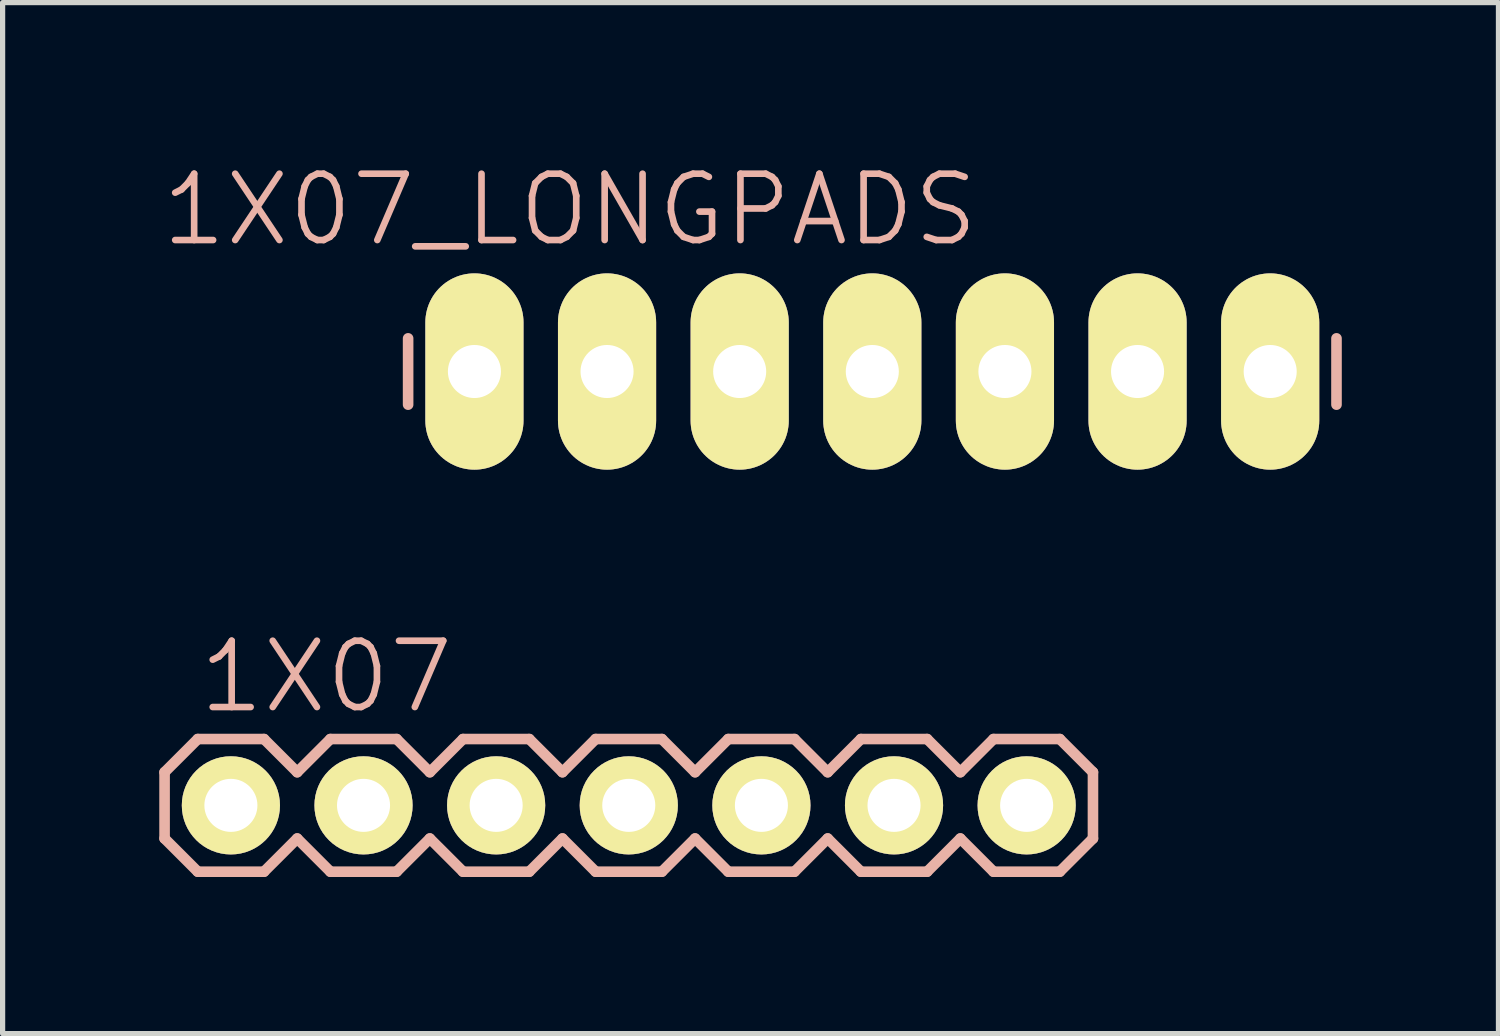
<source format=kicad_pcb>
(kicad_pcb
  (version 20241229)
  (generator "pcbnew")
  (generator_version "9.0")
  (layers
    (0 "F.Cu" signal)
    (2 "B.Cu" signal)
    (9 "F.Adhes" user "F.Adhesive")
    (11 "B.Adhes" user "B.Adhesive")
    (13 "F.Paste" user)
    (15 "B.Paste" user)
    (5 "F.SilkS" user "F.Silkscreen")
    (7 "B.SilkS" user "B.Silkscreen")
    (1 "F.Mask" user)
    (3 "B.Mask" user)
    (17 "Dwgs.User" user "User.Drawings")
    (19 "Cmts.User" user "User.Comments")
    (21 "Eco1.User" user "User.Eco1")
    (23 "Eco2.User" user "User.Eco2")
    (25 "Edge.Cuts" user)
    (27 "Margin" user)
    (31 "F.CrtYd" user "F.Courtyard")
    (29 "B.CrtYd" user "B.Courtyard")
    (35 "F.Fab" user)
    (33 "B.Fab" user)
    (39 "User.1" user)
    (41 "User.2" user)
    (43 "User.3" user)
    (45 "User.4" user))
  (footprint "1X07"
    (layer "F.Cu")
    (at 1.372 12.374)
    (property "Reference" "1X07" (at 1.829 -2.464 0) (layer "B.SilkS") (effects (font (size 1.27 1.27) (thickness 0.127))))
    (attr exclude_from_pos_files exclude_from_bom)
    (fp_line (start -0.254 -0.254) (end 0.254 -0.254) (stroke (width 0.066) (type solid)) (layer "F.SilkS"))
    (fp_line (start -0.254 0.254) (end -0.254 -0.254) (stroke (width 0.066) (type solid)) (layer "F.SilkS"))
    (fp_line (start -0.254 0.254) (end 0.254 0.254) (stroke (width 0.066) (type solid)) (layer "F.SilkS"))
    (fp_line (start 0.254 0.254) (end 0.254 -0.254) (stroke (width 0.066) (type solid)) (layer "F.SilkS"))
    (fp_line (start 2.286 -0.254) (end 2.794 -0.254) (stroke (width 0.066) (type solid)) (layer "F.SilkS"))
    (fp_line (start 2.286 0.254) (end 2.286 -0.254) (stroke (width 0.066) (type solid)) (layer "F.SilkS"))
    (fp_line (start 2.286 0.254) (end 2.794 0.254) (stroke (width 0.066) (type solid)) (layer "F.SilkS"))
    (fp_line (start 2.794 0.254) (end 2.794 -0.254) (stroke (width 0.066) (type solid)) (layer "F.SilkS"))
    (fp_line (start 4.826 -0.254) (end 5.334 -0.254) (stroke (width 0.066) (type solid)) (layer "F.SilkS"))
    (fp_line (start 4.826 0.254) (end 4.826 -0.254) (stroke (width 0.066) (type solid)) (layer "F.SilkS"))
    (fp_line (start 4.826 0.254) (end 5.334 0.254) (stroke (width 0.066) (type solid)) (layer "F.SilkS"))
    (fp_line (start 5.334 0.254) (end 5.334 -0.254) (stroke (width 0.066) (type solid)) (layer "F.SilkS"))
    (fp_line (start 7.366 -0.254) (end 7.874 -0.254) (stroke (width 0.066) (type solid)) (layer "F.SilkS"))
    (fp_line (start 7.366 0.254) (end 7.366 -0.254) (stroke (width 0.066) (type solid)) (layer "F.SilkS"))
    (fp_line (start 7.366 0.254) (end 7.874 0.254) (stroke (width 0.066) (type solid)) (layer "F.SilkS"))
    (fp_line (start 7.874 0.254) (end 7.874 -0.254) (stroke (width 0.066) (type solid)) (layer "F.SilkS"))
    (fp_line (start 9.906 -0.254) (end 10.414 -0.254) (stroke (width 0.066) (type solid)) (layer "F.SilkS"))
    (fp_line (start 9.906 0.254) (end 9.906 -0.254) (stroke (width 0.066) (type solid)) (layer "F.SilkS"))
    (fp_line (start 9.906 0.254) (end 10.414 0.254) (stroke (width 0.066) (type solid)) (layer "F.SilkS"))
    (fp_line (start 10.414 0.254) (end 10.414 -0.254) (stroke (width 0.066) (type solid)) (layer "F.SilkS"))
    (fp_line (start 12.446 -0.254) (end 12.954 -0.254) (stroke (width 0.066) (type solid)) (layer "F.SilkS"))
    (fp_line (start 12.446 0.254) (end 12.446 -0.254) (stroke (width 0.066) (type solid)) (layer "F.SilkS"))
    (fp_line (start 12.446 0.254) (end 12.954 0.254) (stroke (width 0.066) (type solid)) (layer "F.SilkS"))
    (fp_line (start 12.954 0.254) (end 12.954 -0.254) (stroke (width 0.066) (type solid)) (layer "F.SilkS"))
    (fp_line (start 14.986 -0.254) (end 15.494 -0.254) (stroke (width 0.066) (type solid)) (layer "F.SilkS"))
    (fp_line (start 14.986 0.254) (end 14.986 -0.254) (stroke (width 0.066) (type solid)) (layer "F.SilkS"))
    (fp_line (start 14.986 0.254) (end 15.494 0.254) (stroke (width 0.066) (type solid)) (layer "F.SilkS"))
    (fp_line (start 15.494 0.254) (end 15.494 -0.254) (stroke (width 0.066) (type solid)) (layer "F.SilkS"))
    (fp_line (start -1.27 -0.635) (end -1.27 0.635) (stroke (width 0.203) (type solid)) (layer "B.SilkS"))
    (fp_line (start -1.27 0.635) (end -0.635 1.27) (stroke (width 0.203) (type solid)) (layer "B.SilkS"))
    (fp_line (start -0.635 -1.27) (end -1.27 -0.635) (stroke (width 0.203) (type solid)) (layer "B.SilkS"))
    (fp_line (start -0.635 -1.27) (end 0.635 -1.27) (stroke (width 0.203) (type solid)) (layer "B.SilkS"))
    (fp_line (start 0.635 -1.27) (end 1.27 -0.635) (stroke (width 0.203) (type solid)) (layer "B.SilkS"))
    (fp_line (start 0.635 1.27) (end -0.635 1.27) (stroke (width 0.203) (type solid)) (layer "B.SilkS"))
    (fp_line (start 1.27 -0.635) (end 1.905 -1.27) (stroke (width 0.203) (type solid)) (layer "B.SilkS"))
    (fp_line (start 1.27 0.635) (end 0.635 1.27) (stroke (width 0.203) (type solid)) (layer "B.SilkS"))
    (fp_line (start 1.905 -1.27) (end 3.175 -1.27) (stroke (width 0.203) (type solid)) (layer "B.SilkS"))
    (fp_line (start 1.905 1.27) (end 1.27 0.635) (stroke (width 0.203) (type solid)) (layer "B.SilkS"))
    (fp_line (start 3.175 -1.27) (end 3.81 -0.635) (stroke (width 0.203) (type solid)) (layer "B.SilkS"))
    (fp_line (start 3.175 1.27) (end 1.905 1.27) (stroke (width 0.203) (type solid)) (layer "B.SilkS"))
    (fp_line (start 3.81 -0.635) (end 4.445 -1.27) (stroke (width 0.203) (type solid)) (layer "B.SilkS"))
    (fp_line (start 3.81 0.635) (end 3.175 1.27) (stroke (width 0.203) (type solid)) (layer "B.SilkS"))
    (fp_line (start 4.445 -1.27) (end 5.715 -1.27) (stroke (width 0.203) (type solid)) (layer "B.SilkS"))
    (fp_line (start 4.445 1.27) (end 3.81 0.635) (stroke (width 0.203) (type solid)) (layer "B.SilkS"))
    (fp_line (start 5.715 -1.27) (end 6.35 -0.635) (stroke (width 0.203) (type solid)) (layer "B.SilkS"))
    (fp_line (start 5.715 1.27) (end 4.445 1.27) (stroke (width 0.203) (type solid)) (layer "B.SilkS"))
    (fp_line (start 6.35 0.635) (end 5.715 1.27) (stroke (width 0.203) (type solid)) (layer "B.SilkS"))
    (fp_line (start 6.35 0.635) (end 6.985 1.27) (stroke (width 0.203) (type solid)) (layer "B.SilkS"))
    (fp_line (start 6.985 -1.27) (end 6.35 -0.635) (stroke (width 0.203) (type solid)) (layer "B.SilkS"))
    (fp_line (start 6.985 -1.27) (end 8.255 -1.27) (stroke (width 0.203) (type solid)) (layer "B.SilkS"))
    (fp_line (start 8.255 -1.27) (end 8.89 -0.635) (stroke (width 0.203) (type solid)) (layer "B.SilkS"))
    (fp_line (start 8.255 1.27) (end 6.985 1.27) (stroke (width 0.203) (type solid)) (layer "B.SilkS"))
    (fp_line (start 8.89 -0.635) (end 9.525 -1.27) (stroke (width 0.203) (type solid)) (layer "B.SilkS"))
    (fp_line (start 8.89 0.635) (end 8.255 1.27) (stroke (width 0.203) (type solid)) (layer "B.SilkS"))
    (fp_line (start 9.525 -1.27) (end 10.795 -1.27) (stroke (width 0.203) (type solid)) (layer "B.SilkS"))
    (fp_line (start 9.525 1.27) (end 8.89 0.635) (stroke (width 0.203) (type solid)) (layer "B.SilkS"))
    (fp_line (start 10.795 -1.27) (end 11.43 -0.635) (stroke (width 0.203) (type solid)) (layer "B.SilkS"))
    (fp_line (start 10.795 1.27) (end 9.525 1.27) (stroke (width 0.203) (type solid)) (layer "B.SilkS"))
    (fp_line (start 11.43 -0.635) (end 12.065 -1.27) (stroke (width 0.203) (type solid)) (layer "B.SilkS"))
    (fp_line (start 11.43 0.635) (end 10.795 1.27) (stroke (width 0.203) (type solid)) (layer "B.SilkS"))
    (fp_line (start 12.065 -1.27) (end 13.335 -1.27) (stroke (width 0.203) (type solid)) (layer "B.SilkS"))
    (fp_line (start 12.065 1.27) (end 11.43 0.635) (stroke (width 0.203) (type solid)) (layer "B.SilkS"))
    (fp_line (start 13.335 -1.27) (end 13.97 -0.635) (stroke (width 0.203) (type solid)) (layer "B.SilkS"))
    (fp_line (start 13.335 1.27) (end 12.065 1.27) (stroke (width 0.203) (type solid)) (layer "B.SilkS"))
    (fp_line (start 13.97 0.635) (end 13.335 1.27) (stroke (width 0.203) (type solid)) (layer "B.SilkS"))
    (fp_line (start 13.97 0.635) (end 14.605 1.27) (stroke (width 0.203) (type solid)) (layer "B.SilkS"))
    (fp_line (start 14.605 -1.27) (end 13.97 -0.635) (stroke (width 0.203) (type solid)) (layer "B.SilkS"))
    (fp_line (start 14.605 -1.27) (end 15.875 -1.27) (stroke (width 0.203) (type solid)) (layer "B.SilkS"))
    (fp_line (start 15.875 -1.27) (end 16.51 -0.635) (stroke (width 0.203) (type solid)) (layer "B.SilkS"))
    (fp_line (start 15.875 1.27) (end 14.605 1.27) (stroke (width 0.203) (type solid)) (layer "B.SilkS"))
    (fp_line (start 16.51 -0.635) (end 16.51 0.635) (stroke (width 0.203) (type solid)) (layer "B.SilkS"))
    (fp_line (start 16.51 0.635) (end 15.875 1.27) (stroke (width 0.203) (type solid)) (layer "B.SilkS"))
    (pad "1" thru_hole circle (at 0 0) (size 1.88 1.88) (drill 1.016) (layers "*.Cu" "F.Mask" "F.SilkS" "F.Paste"))
    (pad "2" thru_hole circle (at 2.54 0) (size 1.88 1.88) (drill 1.016) (layers "*.Cu" "F.Mask" "F.SilkS" "F.Paste"))
    (pad "3" thru_hole circle (at 5.08 0) (size 1.88 1.88) (drill 1.016) (layers "*.Cu" "F.Mask" "F.SilkS" "F.Paste"))
    (pad "4" thru_hole circle (at 7.62 0) (size 1.88 1.88) (drill 1.016) (layers "*.Cu" "F.Mask" "F.SilkS" "F.Paste"))
    (pad "5" thru_hole circle (at 10.16 0) (size 1.88 1.88) (drill 1.016) (layers "*.Cu" "F.Mask" "F.SilkS" "F.Paste"))
    (pad "6" thru_hole circle (at 12.7 0) (size 1.88 1.88) (drill 1.016) (layers "*.Cu" "F.Mask" "F.SilkS" "F.Paste"))
    (pad "7" thru_hole circle (at 15.24 0) (size 1.88 1.88) (drill 1.016) (layers "*.Cu" "F.Mask" "F.SilkS" "F.Paste")))
  (footprint "1X07_LONGPADS"
    (layer "F.Cu")
    (at 6.036 4.065)
    (property "Reference" "1X07_LONGPADS" (at 1.829 -3.099 0) (layer "B.SilkS") (effects (font (size 1.27 1.27) (thickness 0.127))))
    (attr exclude_from_pos_files exclude_from_bom)
    (fp_line (start -0.254 -0.254) (end 0.254 -0.254) (stroke (width 0.066) (type solid)) (layer "F.SilkS"))
    (fp_line (start -0.254 0.254) (end -0.254 -0.254) (stroke (width 0.066) (type solid)) (layer "F.SilkS"))
    (fp_line (start -0.254 0.254) (end 0.254 0.254) (stroke (width 0.066) (type solid)) (layer "F.SilkS"))
    (fp_line (start 0.254 0.254) (end 0.254 -0.254) (stroke (width 0.066) (type solid)) (layer "F.SilkS"))
    (fp_line (start 2.286 -0.254) (end 2.794 -0.254) (stroke (width 0.066) (type solid)) (layer "F.SilkS"))
    (fp_line (start 2.286 0.254) (end 2.286 -0.254) (stroke (width 0.066) (type solid)) (layer "F.SilkS"))
    (fp_line (start 2.286 0.254) (end 2.794 0.254) (stroke (width 0.066) (type solid)) (layer "F.SilkS"))
    (fp_line (start 2.794 0.254) (end 2.794 -0.254) (stroke (width 0.066) (type solid)) (layer "F.SilkS"))
    (fp_line (start 4.826 -0.254) (end 5.334 -0.254) (stroke (width 0.066) (type solid)) (layer "F.SilkS"))
    (fp_line (start 4.826 0.254) (end 4.826 -0.254) (stroke (width 0.066) (type solid)) (layer "F.SilkS"))
    (fp_line (start 4.826 0.254) (end 5.334 0.254) (stroke (width 0.066) (type solid)) (layer "F.SilkS"))
    (fp_line (start 5.334 0.254) (end 5.334 -0.254) (stroke (width 0.066) (type solid)) (layer "F.SilkS"))
    (fp_line (start 7.366 -0.254) (end 7.874 -0.254) (stroke (width 0.066) (type solid)) (layer "F.SilkS"))
    (fp_line (start 7.366 0.254) (end 7.366 -0.254) (stroke (width 0.066) (type solid)) (layer "F.SilkS"))
    (fp_line (start 7.366 0.254) (end 7.874 0.254) (stroke (width 0.066) (type solid)) (layer "F.SilkS"))
    (fp_line (start 7.874 0.254) (end 7.874 -0.254) (stroke (width 0.066) (type solid)) (layer "F.SilkS"))
    (fp_line (start 9.906 -0.254) (end 10.414 -0.254) (stroke (width 0.066) (type solid)) (layer "F.SilkS"))
    (fp_line (start 9.906 0.254) (end 9.906 -0.254) (stroke (width 0.066) (type solid)) (layer "F.SilkS"))
    (fp_line (start 9.906 0.254) (end 10.414 0.254) (stroke (width 0.066) (type solid)) (layer "F.SilkS"))
    (fp_line (start 10.414 0.254) (end 10.414 -0.254) (stroke (width 0.066) (type solid)) (layer "F.SilkS"))
    (fp_line (start 12.446 -0.254) (end 12.954 -0.254) (stroke (width 0.066) (type solid)) (layer "F.SilkS"))
    (fp_line (start 12.446 0.254) (end 12.446 -0.254) (stroke (width 0.066) (type solid)) (layer "F.SilkS"))
    (fp_line (start 12.446 0.254) (end 12.954 0.254) (stroke (width 0.066) (type solid)) (layer "F.SilkS"))
    (fp_line (start 12.954 0.254) (end 12.954 -0.254) (stroke (width 0.066) (type solid)) (layer "F.SilkS"))
    (fp_line (start 14.986 -0.254) (end 15.494 -0.254) (stroke (width 0.066) (type solid)) (layer "F.SilkS"))
    (fp_line (start 14.986 0.254) (end 14.986 -0.254) (stroke (width 0.066) (type solid)) (layer "F.SilkS"))
    (fp_line (start 14.986 0.254) (end 15.494 0.254) (stroke (width 0.066) (type solid)) (layer "F.SilkS"))
    (fp_line (start 15.494 0.254) (end 15.494 -0.254) (stroke (width 0.066) (type solid)) (layer "F.SilkS"))
    (fp_line (start -1.27 -0.635) (end -1.27 0.635) (stroke (width 0.203) (type solid)) (layer "B.SilkS"))
    (fp_line (start 16.51 -0.635) (end 16.51 0.635) (stroke (width 0.203) (type solid)) (layer "B.SilkS"))
    (pad "1" thru_hole oval (at 0 0 180) (size 1.88 3.759) (drill 1.016) (layers "*.Cu" "F.Mask" "F.SilkS" "F.Paste"))
    (pad "2" thru_hole oval (at 2.54 0 180) (size 1.88 3.759) (drill 1.016) (layers "*.Cu" "F.Mask" "F.SilkS" "F.Paste"))
    (pad "3" thru_hole oval (at 5.08 0 180) (size 1.88 3.759) (drill 1.016) (layers "*.Cu" "F.Mask" "F.SilkS" "F.Paste"))
    (pad "4" thru_hole oval (at 7.62 0 180) (size 1.88 3.759) (drill 1.016) (layers "*.Cu" "F.Mask" "F.SilkS" "F.Paste"))
    (pad "5" thru_hole oval (at 10.16 0 180) (size 1.88 3.759) (drill 1.016) (layers "*.Cu" "F.Mask" "F.SilkS" "F.Paste"))
    (pad "6" thru_hole oval (at 12.7 0 180) (size 1.88 3.759) (drill 1.016) (layers "*.Cu" "F.Mask" "F.SilkS" "F.Paste"))
    (pad "7" thru_hole oval (at 15.24 0 180) (size 1.88 3.759) (drill 1.016) (layers "*.Cu" "F.Mask" "F.SilkS" "F.Paste")))
  (gr_rect
    (start -3 -3)
    (end 25.648 16.745)
    (stroke (width 0.1) (type default))
    (fill no)
    (layer "Edge.Cuts")))
</source>
